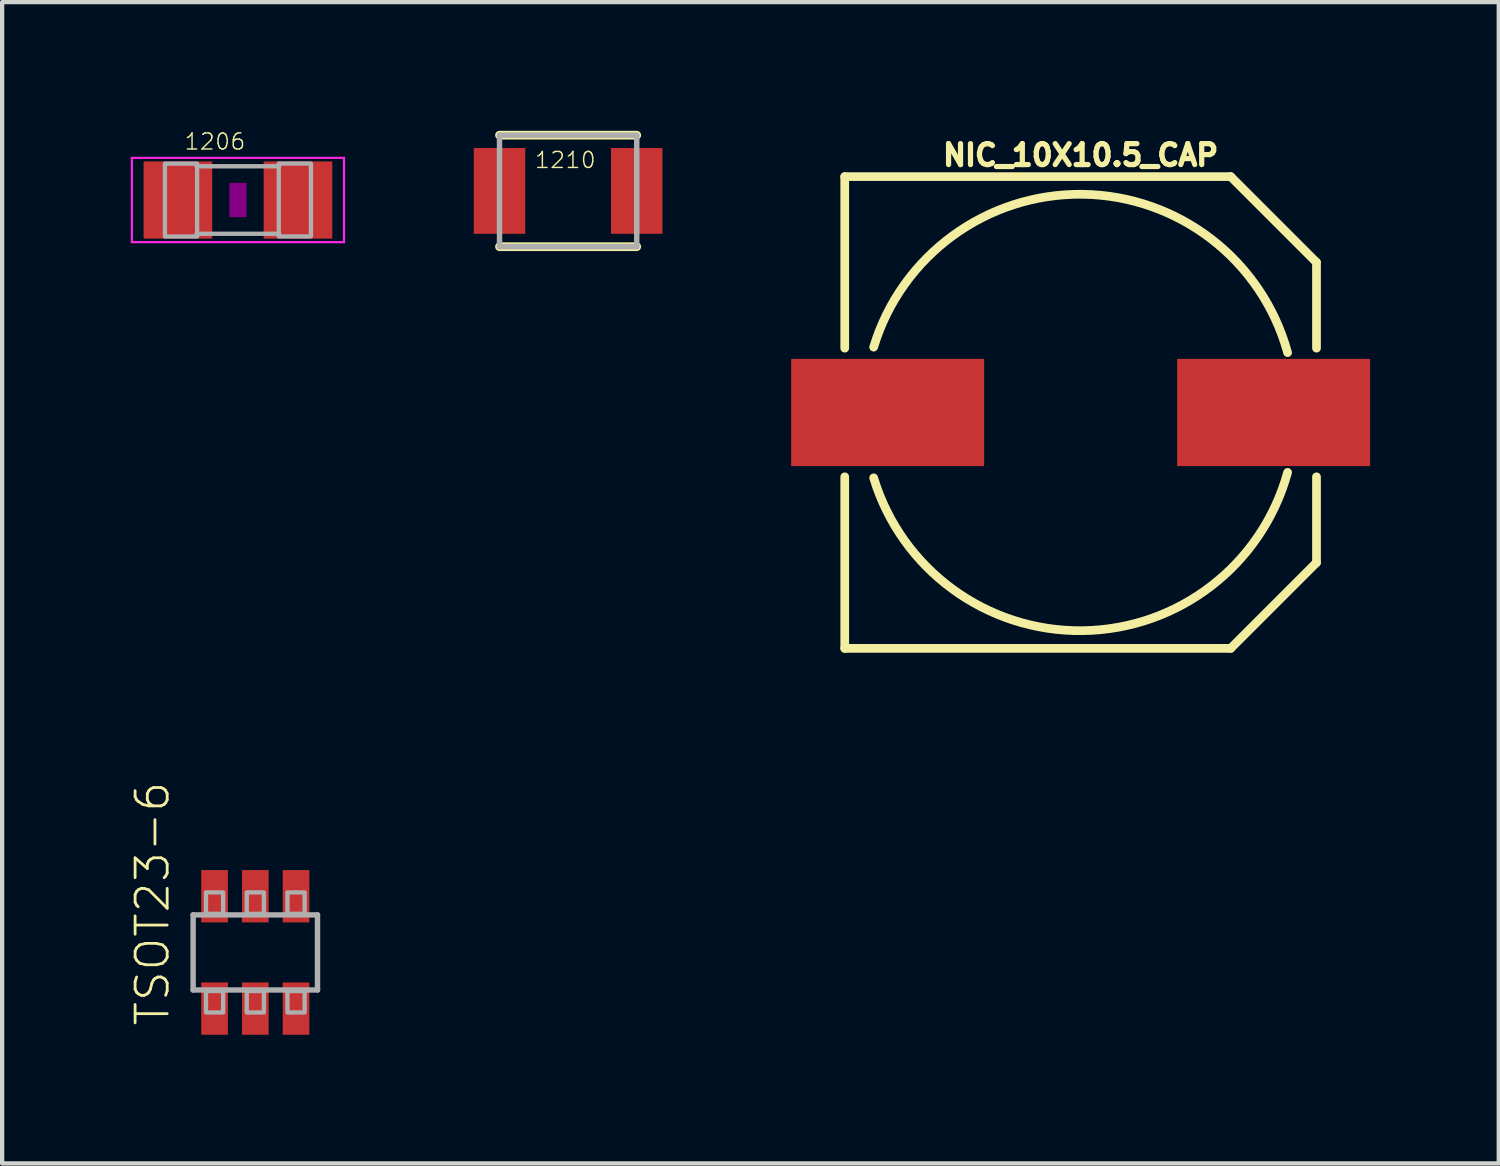
<source format=kicad_pcb>
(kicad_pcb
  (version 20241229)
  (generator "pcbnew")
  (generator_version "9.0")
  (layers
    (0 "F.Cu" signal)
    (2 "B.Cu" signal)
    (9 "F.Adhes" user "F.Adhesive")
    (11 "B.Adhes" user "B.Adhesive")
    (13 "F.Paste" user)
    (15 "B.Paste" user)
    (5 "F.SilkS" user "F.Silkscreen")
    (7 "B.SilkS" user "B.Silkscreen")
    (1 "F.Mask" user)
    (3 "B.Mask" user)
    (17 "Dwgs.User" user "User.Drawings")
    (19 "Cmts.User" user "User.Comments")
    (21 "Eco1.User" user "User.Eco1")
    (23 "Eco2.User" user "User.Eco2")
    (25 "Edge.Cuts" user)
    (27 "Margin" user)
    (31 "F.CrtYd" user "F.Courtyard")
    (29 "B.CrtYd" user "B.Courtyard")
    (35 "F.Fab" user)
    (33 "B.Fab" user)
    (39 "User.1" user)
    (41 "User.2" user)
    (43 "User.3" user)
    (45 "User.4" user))
  (footprint "NIC_10X10.5_CAP"
    (layer "F.Cu")
    (at 22.147 6.568)
    (property "Reference" "NIC_10X10.5_CAP" (at 0 -5.715 0) (unlocked yes) (layer "F.SilkS") (effects (font (size 0.488 0.488) (thickness 0.122)) (justify bottom)))
    (fp_line (start -5.5 -5.5) (end 3.5 -5.5) (stroke (width 0.203) (type solid)) (layer "F.SilkS"))
    (fp_line (start -5.5 -1.5) (end -5.5 -5.5) (stroke (width 0.203) (type solid)) (layer "F.SilkS"))
    (fp_line (start -5.5 5.5) (end -5.5 1.5) (stroke (width 0.203) (type solid)) (layer "F.SilkS"))
    (fp_line (start -5.5 5.5) (end 3.5 5.5) (stroke (width 0.203) (type solid)) (layer "F.SilkS"))
    (fp_line (start 3.5 -5.5) (end 5.5 -3.5) (stroke (width 0.203) (type solid)) (layer "F.SilkS"))
    (fp_line (start 5.5 -3.5) (end 5.5 -1.5) (stroke (width 0.203) (type solid)) (layer "F.SilkS"))
    (fp_line (start 5.5 3.5) (end 3.5 5.5) (stroke (width 0.203) (type solid)) (layer "F.SilkS"))
    (fp_line (start 5.5 3.5) (end 5.5 1.5) (stroke (width 0.203) (type solid)) (layer "F.SilkS"))
    (fp_arc (start -4.826 -1.524) (mid 0.047728 -5.087792) (end 4.826001 -1.397) (stroke (width 0.2032) (type solid)) (layer "F.SilkS"))
    (fp_arc (start 4.826001 1.397) (mid 0.047728 5.087792) (end -4.826 1.524) (stroke (width 0.2032) (type solid)) (layer "F.SilkS"))
    (pad "+" smd rect (at 4.5 0) (size 4.5 2.5) (layers "F.Cu" "F.Mask" "F.Paste"))
    (pad "-" smd rect (at -4.5 0) (size 4.5 2.5) (layers "F.Cu" "F.Mask" "F.Paste")))
  (footprint "1210"
    (layer "F.Cu")
    (at 10.197 1.402)
    (property "Reference" "1210" (at -0.8 -0.5 0) (unlocked yes) (layer "F.SilkS") (effects (font (size 0.374 0.374) (thickness 0.033)) (justify left bottom)))
    (fp_line (start -1.6 -1.3) (end 1.6 -1.3) (stroke (width 0.203) (type solid)) (layer "F.SilkS"))
    (fp_line (start -1.6 1.3) (end 1.6 1.3) (stroke (width 0.203) (type solid)) (layer "F.SilkS"))
    (fp_line (start -1.6 -1.3) (end 1.6 -1.3) (stroke (width 0.127) (type solid)) (layer "F.Fab"))
    (fp_line (start -1.6 1.3) (end -1.6 -1.3) (stroke (width 0.127) (type solid)) (layer "F.Fab"))
    (fp_line (start 1.6 -1.3) (end 1.6 1.3) (stroke (width 0.127) (type solid)) (layer "F.Fab"))
    (fp_line (start 1.6 1.3) (end -1.6 1.3) (stroke (width 0.127) (type solid)) (layer "F.Fab"))
    (pad "1" smd rect (at -1.6 0) (size 1.2 2) (layers "F.Cu" "F.Mask" "F.Paste"))
    (pad "2" smd rect (at 1.6 0) (size 1.2 2) (layers "F.Cu" "F.Mask" "F.Paste")))
  (footprint "TSOT23-6"
    (layer "F.Cu")
    (at 2.903 19.158)
    (property "Reference" "TSOT23-6" (at -1.96 1.755 90) (unlocked yes) (layer "F.SilkS") (effects (font (size 0.748 0.748) (thickness 0.065)) (justify left bottom)))
    (fp_line (start -1.45 -0.875) (end 1.45 -0.875) (stroke (width 0.127) (type solid)) (layer "F.Fab"))
    (fp_line (start -1.45 0.875) (end -1.45 -0.875) (stroke (width 0.127) (type solid)) (layer "F.Fab"))
    (fp_line (start 1.45 -0.875) (end 1.45 0.875) (stroke (width 0.127) (type solid)) (layer "F.Fab"))
    (fp_line (start 1.45 0.875) (end -1.45 0.875) (stroke (width 0.127) (type solid)) (layer "F.Fab"))
    (fp_poly (pts (xy -1.15 -0.9) (xy -0.75 -0.9) (xy -0.75 -1.4) (xy -1.15 -1.4)) (stroke (width 0.1) (type default)) (fill no) (layer "F.Fab"))
    (fp_poly (pts (xy -1.15 1.4) (xy -0.75 1.4) (xy -0.75 0.9) (xy -1.15 0.9)) (stroke (width 0.1) (type default)) (fill no) (layer "F.Fab"))
    (fp_poly (pts (xy -0.2 1.4) (xy 0.2 1.4) (xy 0.2 0.9) (xy -0.2 0.9)) (stroke (width 0.1) (type default)) (fill no) (layer "F.Fab"))
    (fp_poly (pts (xy 0.2 -1.4) (xy -0.2 -1.4) (xy -0.2 -0.9) (xy 0.2 -0.9)) (stroke (width 0.1) (type default)) (fill no) (layer "F.Fab"))
    (fp_poly (pts (xy 0.75 -0.9) (xy 1.15 -0.9) (xy 1.15 -1.4) (xy 0.75 -1.4)) (stroke (width 0.1) (type default)) (fill no) (layer "F.Fab"))
    (fp_poly (pts (xy 0.75 1.4) (xy 1.15 1.4) (xy 1.15 0.9) (xy 0.75 0.9)) (stroke (width 0.1) (type default)) (fill no) (layer "F.Fab"))
    (pad "1" smd rect (at -0.95 1.31 270) (size 1.22 0.622) (layers "F.Cu" "F.Mask" "F.Paste"))
    (pad "2" smd rect (at 0 1.31 270) (size 1.22 0.622) (layers "F.Cu" "F.Mask" "F.Paste"))
    (pad "3" smd rect (at 0.95 1.31 270) (size 1.22 0.622) (layers "F.Cu" "F.Mask" "F.Paste"))
    (pad "4" smd rect (at 0.95 -1.31 90) (size 1.22 0.622) (layers "F.Cu" "F.Mask" "F.Paste"))
    (pad "5" smd rect (at 0 -1.31 90) (size 1.22 0.622) (layers "F.Cu" "F.Mask" "F.Paste"))
    (pad "6" smd rect (at -0.95 -1.31 90) (size 1.22 0.622) (layers "F.Cu" "F.Mask" "F.Paste")))
  (footprint "1206"
    (layer "F.Cu")
    (at 2.498 1.614)
    (property "Reference" "1206" (at -1.27 -1.143 0) (unlocked yes) (layer "F.SilkS") (effects (font (size 0.374 0.374) (thickness 0.033)) (justify left bottom)))
    (fp_poly (pts (xy -0.2 0.4) (xy 0.2 0.4) (xy 0.2 -0.4) (xy -0.2 -0.4)) (stroke (width 0) (type default)) (fill yes) (layer "F.Adhes"))
    (fp_line (start -2.473 -0.983) (end 2.473 -0.983) (stroke (width 0.051) (type solid)) (layer "F.CrtYd"))
    (fp_line (start -2.473 0.983) (end -2.473 -0.983) (stroke (width 0.051) (type solid)) (layer "F.CrtYd"))
    (fp_line (start 2.473 -0.983) (end 2.473 0.983) (stroke (width 0.051) (type solid)) (layer "F.CrtYd"))
    (fp_line (start 2.473 0.983) (end -2.473 0.983) (stroke (width 0.051) (type solid)) (layer "F.CrtYd"))
    (fp_line (start -0.965 -0.787) (end 0.965 -0.787) (stroke (width 0.102) (type solid)) (layer "F.Fab"))
    (fp_line (start -0.965 0.787) (end 0.965 0.787) (stroke (width 0.102) (type solid)) (layer "F.Fab"))
    (fp_poly (pts (xy -1.702 0.851) (xy -0.952 0.851) (xy -0.952 -0.849) (xy -1.702 -0.849)) (stroke (width 0.1) (type default)) (fill no) (layer "F.Fab"))
    (fp_poly (pts (xy 0.952 0.849) (xy 1.702 0.849) (xy 1.702 -0.851) (xy 0.952 -0.851)) (stroke (width 0.1) (type default)) (fill no) (layer "F.Fab"))
    (pad "1" smd rect (at -1.4 0) (size 1.6 1.8) (layers "F.Cu" "F.Mask" "F.Paste"))
    (pad "2" smd rect (at 1.4 0) (size 1.6 1.8) (layers "F.Cu" "F.Mask" "F.Paste")))
  (gr_rect
    (start -3 -3)
    (end 31.897 24.078)
    (stroke (width 0.1) (type default))
    (fill no)
    (layer "Edge.Cuts")))
</source>
